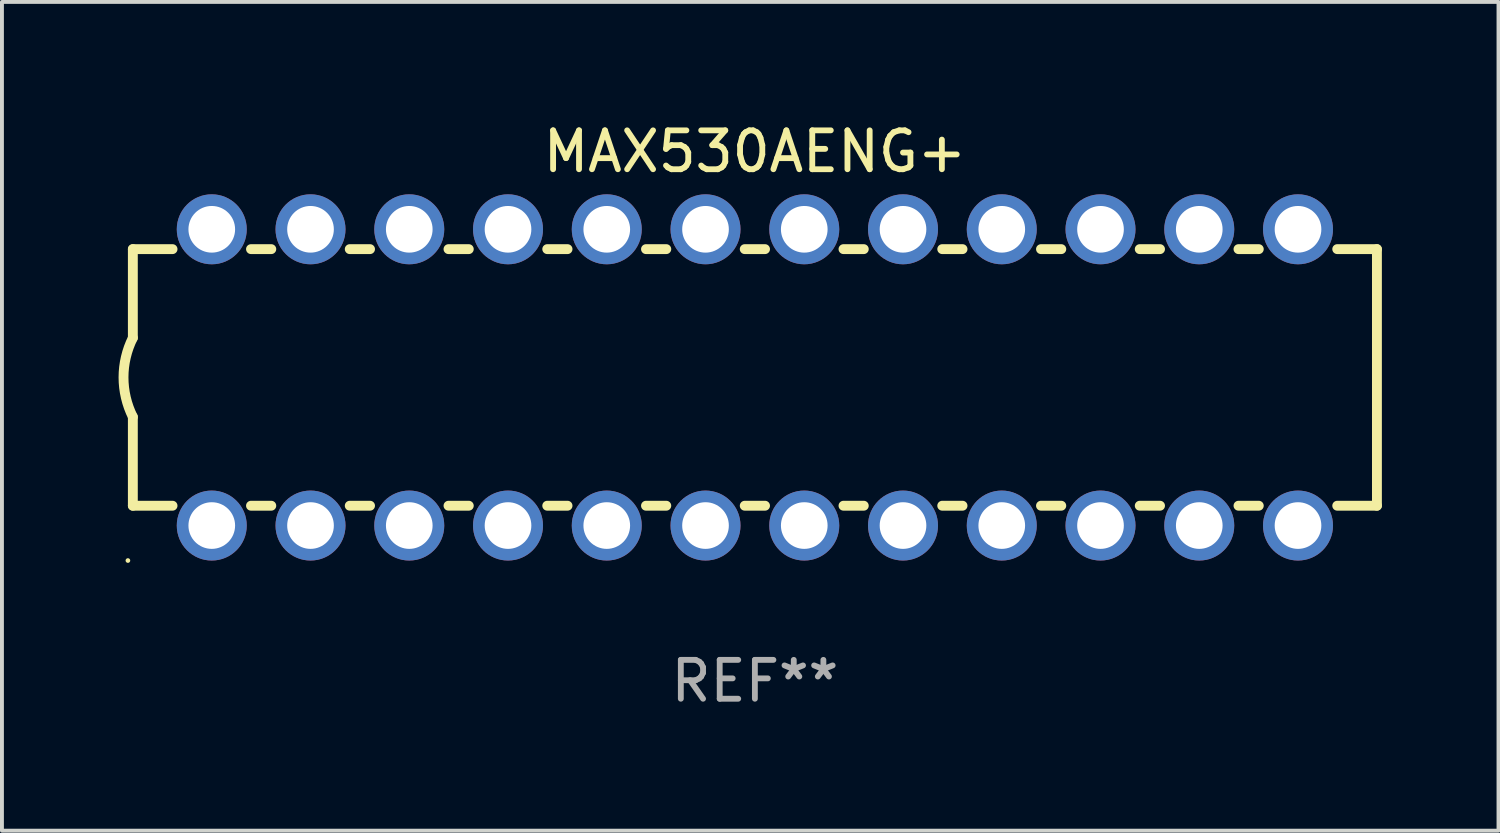
<source format=kicad_pcb>
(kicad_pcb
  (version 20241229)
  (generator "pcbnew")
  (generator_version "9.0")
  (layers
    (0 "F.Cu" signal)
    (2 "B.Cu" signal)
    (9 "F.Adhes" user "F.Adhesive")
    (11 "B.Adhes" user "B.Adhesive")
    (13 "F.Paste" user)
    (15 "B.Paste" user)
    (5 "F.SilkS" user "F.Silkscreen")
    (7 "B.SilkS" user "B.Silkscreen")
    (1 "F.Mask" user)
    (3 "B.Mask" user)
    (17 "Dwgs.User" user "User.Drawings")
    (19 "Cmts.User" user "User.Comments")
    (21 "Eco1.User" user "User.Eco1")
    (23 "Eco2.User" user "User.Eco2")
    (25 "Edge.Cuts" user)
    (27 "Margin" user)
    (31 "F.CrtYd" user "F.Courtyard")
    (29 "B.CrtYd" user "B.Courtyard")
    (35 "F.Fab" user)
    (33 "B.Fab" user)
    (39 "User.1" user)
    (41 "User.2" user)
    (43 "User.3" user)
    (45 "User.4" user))
  (footprint "MAX530AENG+"
    (layer "F.Cu")
    (at 16.367 6.658)
    (property "Reference" "MAX530AENG+" (at 0 -5.81 0) (layer "F.SilkS") (effects (font (size 1 1) (thickness 0.15))))
    (attr through_hole)
    (fp_line (start -16 -3.3) (end -16 -1.017) (stroke (width 0.254) (type solid)) (layer "F.SilkS"))
    (fp_line (start -16 -3.3) (end -14.979 -3.3) (stroke (width 0.254) (type solid)) (layer "F.SilkS"))
    (fp_line (start -16 3.3) (end -16 1.015) (stroke (width 0.254) (type solid)) (layer "F.SilkS"))
    (fp_line (start -14.979 3.3) (end -16 3.3) (stroke (width 0.254) (type solid)) (layer "F.SilkS"))
    (fp_line (start -12.961 -3.3) (end -12.439 -3.3) (stroke (width 0.254) (type solid)) (layer "F.SilkS"))
    (fp_line (start -12.439 3.3) (end -12.961 3.3) (stroke (width 0.254) (type solid)) (layer "F.SilkS"))
    (fp_line (start -10.421 -3.3) (end -9.899 -3.3) (stroke (width 0.254) (type solid)) (layer "F.SilkS"))
    (fp_line (start -9.899 3.3) (end -10.421 3.3) (stroke (width 0.254) (type solid)) (layer "F.SilkS"))
    (fp_line (start -7.881 -3.3) (end -7.359 -3.3) (stroke (width 0.254) (type solid)) (layer "F.SilkS"))
    (fp_line (start -7.359 3.3) (end -7.881 3.3) (stroke (width 0.254) (type solid)) (layer "F.SilkS"))
    (fp_line (start -5.341 -3.3) (end -4.819 -3.3) (stroke (width 0.254) (type solid)) (layer "F.SilkS"))
    (fp_line (start -4.819 3.3) (end -5.341 3.3) (stroke (width 0.254) (type solid)) (layer "F.SilkS"))
    (fp_line (start -2.801 -3.3) (end -2.279 -3.3) (stroke (width 0.254) (type solid)) (layer "F.SilkS"))
    (fp_line (start -2.279 3.3) (end -2.801 3.3) (stroke (width 0.254) (type solid)) (layer "F.SilkS"))
    (fp_line (start -0.261 -3.3) (end 0.261 -3.3) (stroke (width 0.254) (type solid)) (layer "F.SilkS"))
    (fp_line (start 0.261 3.3) (end -0.261 3.3) (stroke (width 0.254) (type solid)) (layer "F.SilkS"))
    (fp_line (start 2.279 -3.3) (end 2.801 -3.3) (stroke (width 0.254) (type solid)) (layer "F.SilkS"))
    (fp_line (start 2.801 3.3) (end 2.279 3.3) (stroke (width 0.254) (type solid)) (layer "F.SilkS"))
    (fp_line (start 4.819 -3.3) (end 5.341 -3.3) (stroke (width 0.254) (type solid)) (layer "F.SilkS"))
    (fp_line (start 5.341 3.3) (end 4.819 3.3) (stroke (width 0.254) (type solid)) (layer "F.SilkS"))
    (fp_line (start 7.359 -3.3) (end 7.881 -3.3) (stroke (width 0.254) (type solid)) (layer "F.SilkS"))
    (fp_line (start 7.881 3.3) (end 7.359 3.3) (stroke (width 0.254) (type solid)) (layer "F.SilkS"))
    (fp_line (start 9.899 -3.3) (end 10.421 -3.3) (stroke (width 0.254) (type solid)) (layer "F.SilkS"))
    (fp_line (start 10.421 3.3) (end 9.899 3.3) (stroke (width 0.254) (type solid)) (layer "F.SilkS"))
    (fp_line (start 12.439 -3.3) (end 12.961 -3.3) (stroke (width 0.254) (type solid)) (layer "F.SilkS"))
    (fp_line (start 12.961 3.3) (end 12.439 3.3) (stroke (width 0.254) (type solid)) (layer "F.SilkS"))
    (fp_line (start 14.979 -3.3) (end 16 -3.3) (stroke (width 0.254) (type solid)) (layer "F.SilkS"))
    (fp_line (start 16 -3.3) (end 16 3.3) (stroke (width 0.254) (type solid)) (layer "F.SilkS"))
    (fp_line (start 16 3.3) (end 14.979 3.3) (stroke (width 0.254) (type solid)) (layer "F.SilkS"))
    (fp_arc (start -16.000025 1.01524) (mid -16.239871 -0.000762) (end -16.000025 -1.016764) (stroke (width 0.254001) (type solid)) (layer "F.SilkS"))
    (fp_circle (center -16.127 4.71) (end -16.097 4.71) (stroke (width 0.06) (type solid)) (fill no) (layer "F.SilkS"))
    (fp_text user "REF**" (at 0 7.81 0) (layer "F.Fab") (effects (font (size 1 1) (thickness 0.15))))
    (pad "1" thru_hole circle (at -13.97 3.81) (size 1.8 1.8) (drill 1.2) (layers "*.Cu" "*.Mask"))
    (pad "2" thru_hole circle (at -11.43 3.81) (size 1.8 1.8) (drill 1.2) (layers "*.Cu" "*.Mask"))
    (pad "3" thru_hole circle (at -8.89 3.81) (size 1.8 1.8) (drill 1.2) (layers "*.Cu" "*.Mask"))
    (pad "4" thru_hole circle (at -6.35 3.81) (size 1.8 1.8) (drill 1.2) (layers "*.Cu" "*.Mask"))
    (pad "5" thru_hole circle (at -3.81 3.81) (size 1.8 1.8) (drill 1.2) (layers "*.Cu" "*.Mask"))
    (pad "6" thru_hole circle (at -1.27 3.81) (size 1.8 1.8) (drill 1.2) (layers "*.Cu" "*.Mask"))
    (pad "7" thru_hole circle (at 1.27 3.81) (size 1.8 1.8) (drill 1.2) (layers "*.Cu" "*.Mask"))
    (pad "8" thru_hole circle (at 3.81 3.81) (size 1.8 1.8) (drill 1.2) (layers "*.Cu" "*.Mask"))
    (pad "9" thru_hole circle (at 6.35 3.81) (size 1.8 1.8) (drill 1.2) (layers "*.Cu" "*.Mask"))
    (pad "10" thru_hole circle (at 8.89 3.81) (size 1.8 1.8) (drill 1.2) (layers "*.Cu" "*.Mask"))
    (pad "11" thru_hole circle (at 11.43 3.81) (size 1.8 1.8) (drill 1.2) (layers "*.Cu" "*.Mask"))
    (pad "12" thru_hole circle (at 13.97 3.81) (size 1.8 1.8) (drill 1.2) (layers "*.Cu" "*.Mask"))
    (pad "13" thru_hole circle (at 13.97 -3.81) (size 1.8 1.8) (drill 1.2) (layers "*.Cu" "*.Mask"))
    (pad "14" thru_hole circle (at 11.43 -3.81) (size 1.8 1.8) (drill 1.2) (layers "*.Cu" "*.Mask"))
    (pad "15" thru_hole circle (at 8.89 -3.81) (size 1.8 1.8) (drill 1.2) (layers "*.Cu" "*.Mask"))
    (pad "16" thru_hole circle (at 6.35 -3.81) (size 1.8 1.8) (drill 1.2) (layers "*.Cu" "*.Mask"))
    (pad "17" thru_hole circle (at 3.81 -3.81) (size 1.8 1.8) (drill 1.2) (layers "*.Cu" "*.Mask"))
    (pad "18" thru_hole circle (at 1.27 -3.81) (size 1.8 1.8) (drill 1.2) (layers "*.Cu" "*.Mask"))
    (pad "19" thru_hole circle (at -1.27 -3.81) (size 1.8 1.8) (drill 1.2) (layers "*.Cu" "*.Mask"))
    (pad "20" thru_hole circle (at -3.81 -3.81) (size 1.8 1.8) (drill 1.2) (layers "*.Cu" "*.Mask"))
    (pad "21" thru_hole circle (at -6.35 -3.81) (size 1.8 1.8) (drill 1.2) (layers "*.Cu" "*.Mask"))
    (pad "22" thru_hole circle (at -8.89 -3.81) (size 1.8 1.8) (drill 1.2) (layers "*.Cu" "*.Mask"))
    (pad "23" thru_hole circle (at -11.43 -3.81) (size 1.8 1.8) (drill 1.2) (layers "*.Cu" "*.Mask"))
    (pad "24" thru_hole circle (at -13.97 -3.81) (size 1.8 1.8) (drill 1.2) (layers "*.Cu" "*.Mask")))
  (gr_rect
    (start -3 -3)
    (end 35.494 18.317)
    (stroke (width 0.1) (type default))
    (fill no)
    (layer "Edge.Cuts")))
</source>
